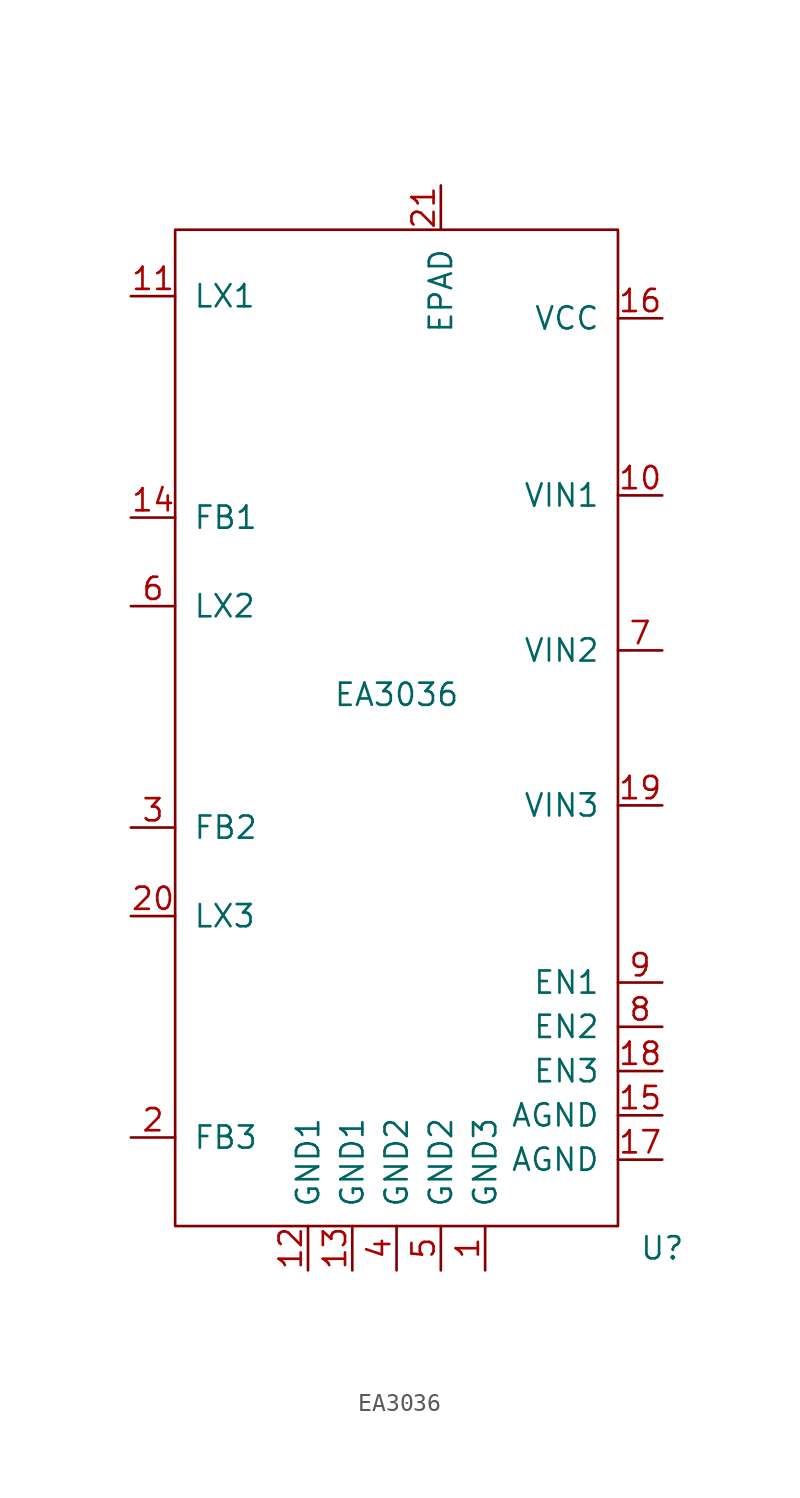
<source format=kicad_sym>
(kicad_symbol_lib
  (version 20201005)
  (generator kicad_symbol_editor)
  (symbol "EA3036"
    (pin_names
      (offset 1.016))
    (property "Reference" "U"
      (at 15.24 -20.32 0)
      (effects (font (size 1.27 1.27))))
    (property "Value" "EA3036"
      (at 0 11.43 0)
      (effects (font (size 1.27 1.27))))
    (symbol "EA3036_0_1"
      (rectangle (start -12.7 38.1) (end 12.7 -19.05) (stroke (width 0)) (fill (type none))))
    (symbol "EA3036_1_1"
      (pin input line (at 5.08 -21.59 90) (length 2.54) (name "GND3" (effects (font (size 1.27 1.27)))) (number "1" (effects (font (size 1.27 1.27)))))
      (pin input line (at 15.24 22.86 180) (length 2.54) (name "VIN1" (effects (font (size 1.27 1.27)))) (number "10" (effects (font (size 1.27 1.27)))))
      (pin input line (at -15.24 34.29 0) (length 2.54) (name "LX1" (effects (font (size 1.27 1.27)))) (number "11" (effects (font (size 1.27 1.27)))))
      (pin input line (at -5.08 -21.59 90) (length 2.54) (name "GND1" (effects (font (size 1.27 1.27)))) (number "12" (effects (font (size 1.27 1.27)))))
      (pin input line (at -2.54 -21.59 90) (length 2.54) (name "GND1" (effects (font (size 1.27 1.27)))) (number "13" (effects (font (size 1.27 1.27)))))
      (pin input line (at -15.24 21.59 0) (length 2.54) (name "FB1" (effects (font (size 1.27 1.27)))) (number "14" (effects (font (size 1.27 1.27)))))
      (pin input line (at 15.24 -12.7 180) (length 2.54) (name "AGND" (effects (font (size 1.27 1.27)))) (number "15" (effects (font (size 1.27 1.27)))))
      (pin input line (at 15.24 33.02 180) (length 2.54) (name "VCC" (effects (font (size 1.27 1.27)))) (number "16" (effects (font (size 1.27 1.27)))))
      (pin input line (at 15.24 -15.24 180) (length 2.54) (name "AGND" (effects (font (size 1.27 1.27)))) (number "17" (effects (font (size 1.27 1.27)))))
      (pin input line (at 15.24 -10.16 180) (length 2.54) (name "EN3" (effects (font (size 1.27 1.27)))) (number "18" (effects (font (size 1.27 1.27)))))
      (pin input line (at 15.24 5.08 180) (length 2.54) (name "VIN3" (effects (font (size 1.27 1.27)))) (number "19" (effects (font (size 1.27 1.27)))))
      (pin input line (at -15.24 -13.97 0) (length 2.54) (name "FB3" (effects (font (size 1.27 1.27)))) (number "2" (effects (font (size 1.27 1.27)))))
      (pin input line (at -15.24 -1.27 0) (length 2.54) (name "LX3" (effects (font (size 1.27 1.27)))) (number "20" (effects (font (size 1.27 1.27)))))
      (pin input line (at 2.54 40.64 270) (length 2.54) (name "EPAD" (effects (font (size 1.27 1.27)))) (number "21" (effects (font (size 1.27 1.27)))))
      (pin input line (at -15.24 3.81 0) (length 2.54) (name "FB2" (effects (font (size 1.27 1.27)))) (number "3" (effects (font (size 1.27 1.27)))))
      (pin input line (at 0 -21.59 90) (length 2.54) (name "GND2" (effects (font (size 1.27 1.27)))) (number "4" (effects (font (size 1.27 1.27)))))
      (pin input line (at 2.54 -21.59 90) (length 2.54) (name "GND2" (effects (font (size 1.27 1.27)))) (number "5" (effects (font (size 1.27 1.27)))))
      (pin input line (at -15.24 16.51 0) (length 2.54) (name "LX2" (effects (font (size 1.27 1.27)))) (number "6" (effects (font (size 1.27 1.27)))))
      (pin input line (at 15.24 13.97 180) (length 2.54) (name "VIN2" (effects (font (size 1.27 1.27)))) (number "7" (effects (font (size 1.27 1.27)))))
      (pin input line (at 15.24 -7.62 180) (length 2.54) (name "EN2" (effects (font (size 1.27 1.27)))) (number "8" (effects (font (size 1.27 1.27)))))
      (pin input line (at 15.24 -5.08 180) (length 2.54) (name "EN1" (effects (font (size 1.27 1.27)))) (number "9" (effects (font (size 1.27 1.27))))))))
</source>
